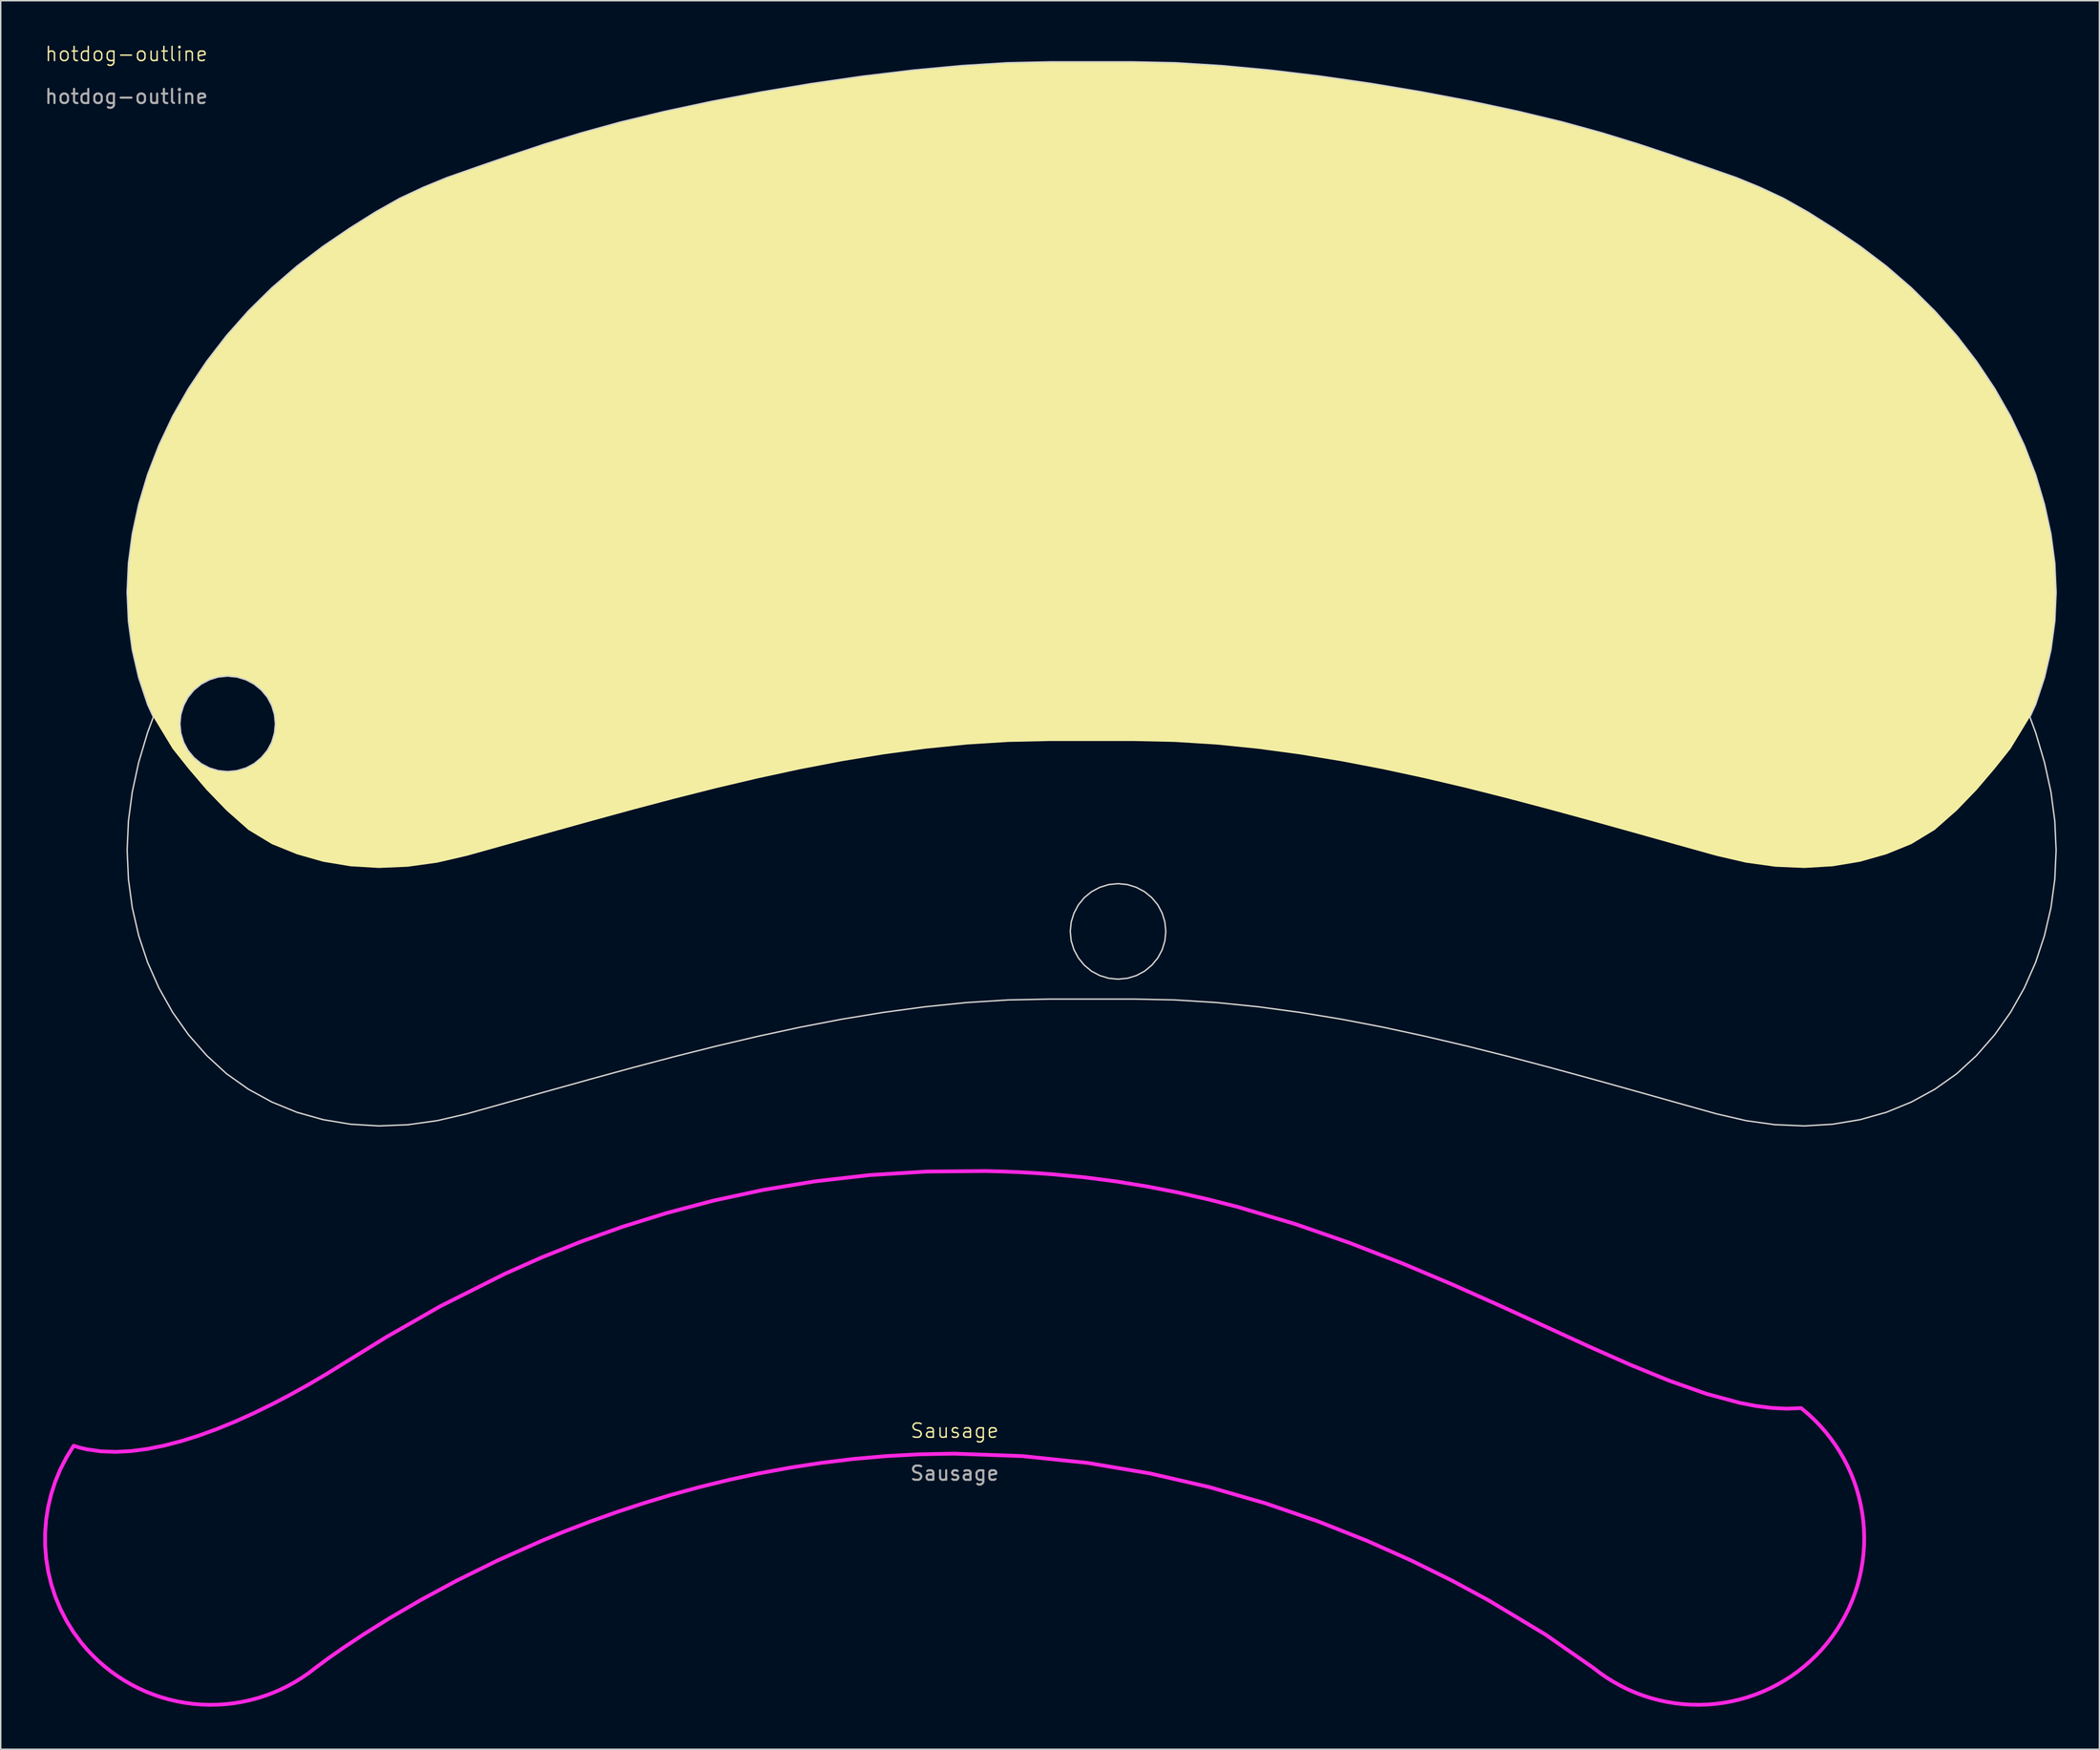
<source format=kicad_pcb>
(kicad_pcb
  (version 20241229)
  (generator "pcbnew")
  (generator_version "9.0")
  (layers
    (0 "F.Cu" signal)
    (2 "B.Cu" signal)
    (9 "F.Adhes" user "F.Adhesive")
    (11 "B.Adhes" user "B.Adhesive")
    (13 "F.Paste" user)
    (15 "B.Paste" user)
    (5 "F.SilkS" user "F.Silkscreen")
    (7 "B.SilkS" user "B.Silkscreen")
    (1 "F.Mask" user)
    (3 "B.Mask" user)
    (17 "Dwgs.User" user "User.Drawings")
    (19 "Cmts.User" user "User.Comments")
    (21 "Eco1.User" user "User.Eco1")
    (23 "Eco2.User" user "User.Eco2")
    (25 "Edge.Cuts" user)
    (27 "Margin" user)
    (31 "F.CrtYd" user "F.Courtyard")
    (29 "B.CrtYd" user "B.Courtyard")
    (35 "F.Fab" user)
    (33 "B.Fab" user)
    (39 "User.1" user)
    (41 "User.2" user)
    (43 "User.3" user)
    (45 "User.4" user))
  (footprint "Sausage"
    (layer "F.Cu")
    (at 64.253 98.328)
    (property "Reference" "Sausage" (at 0 -0.5 0) (unlocked yes) (layer "F.SilkS") (effects (font (size 1 1) (thickness 0.1))))
    (fp_poly (pts (xy 3.348 -18.781) (xy 4.503 -18.735) (xy 5.671 -18.671) (xy 6.85 -18.588) (xy 9.137 -18.371) (xy 11.384 -18.08) (xy 13.589 -17.72) (xy 15.754 -17.296) (xy 17.877 -16.815) (xy 19.96 -16.282) (xy 24.001 -15.08) (xy 27.879 -13.735) (xy 31.592 -12.292) (xy 35.141 -10.793) (xy 38.525 -9.283) (xy 44.801 -6.407) (xy 47.692 -5.129) (xy 50.419 -4.016) (xy 52.981 -3.112) (xy 55.378 -2.462) (xy 56.515 -2.245) (xy 57.611 -2.108) (xy 58.665 -2.057) (xy 59.679 -2.096) (xy 59.725 -2.06) (xy 59.768 -2.027) (xy 60.212 -1.651) (xy 60.634 -1.254) (xy 61.035 -0.839) (xy 61.414 -0.406) (xy 61.77 0.044) (xy 62.104 0.51) (xy 62.414 0.991) (xy 62.699 1.486) (xy 62.961 1.995) (xy 63.197 2.516) (xy 63.408 3.049) (xy 63.593 3.593) (xy 63.751 4.146) (xy 63.883 4.708) (xy 63.987 5.277) (xy 64.063 5.854) (xy 64.11 6.434) (xy 64.129 7.013) (xy 64.119 7.59) (xy 64.08 8.164) (xy 64.014 8.734) (xy 63.92 9.299) (xy 63.799 9.858) (xy 63.651 10.411) (xy 63.476 10.956) (xy 63.274 11.491) (xy 63.047 12.017) (xy 62.793 12.532) (xy 62.514 13.035) (xy 62.21 13.526) (xy 61.881 14.002) (xy 61.526 14.463) (xy 61.15 14.907) (xy 60.754 15.329) (xy 60.339 15.73) (xy 59.906 16.109) (xy 59.456 16.465) (xy 58.99 16.799) (xy 58.509 17.108) (xy 58.013 17.394) (xy 57.504 17.656) (xy 56.983 17.892) (xy 56.45 18.103) (xy 55.907 18.288) (xy 55.354 18.446) (xy 54.792 18.578) (xy 54.222 18.682) (xy 53.645 18.758) (xy 53.066 18.805) (xy 52.487 18.823) (xy 51.91 18.813) (xy 51.336 18.775) (xy 50.766 18.709) (xy 50.2 18.615) (xy 49.641 18.494) (xy 49.088 18.346) (xy 48.544 18.171) (xy 48.008 17.969) (xy 47.482 17.742) (xy 46.967 17.488) (xy 46.464 17.209) (xy 45.974 16.905) (xy 45.498 16.575) (xy 45.036 16.221) (xy 41.645 13.861) (xy 37.622 11.442) (xy 35.091 10.077) (xy 32.239 8.669) (xy 29.082 7.26) (xy 25.64 5.895) (xy 21.929 4.619) (xy 17.968 3.476) (xy 13.776 2.51) (xy 9.369 1.765) (xy 4.766 1.286) (xy -0.015 1.116) (xy -2.427 1.159) (xy -4.797 1.286) (xy -7.122 1.489) (xy -9.4 1.765) (xy -11.629 2.107) (xy -13.807 2.51) (xy -15.931 2.968) (xy -17.999 3.476) (xy -20.01 4.028) (xy -21.96 4.619) (xy -23.848 5.244) (xy -25.671 5.895) (xy -27.427 6.569) (xy -29.113 7.26) (xy -32.27 8.669) (xy -35.122 10.077) (xy -37.653 11.442) (xy -39.843 12.718) (xy -41.676 13.861) (xy -43.133 14.827) (xy -44.195 15.572) (xy -45.067 16.221) (xy -45.528 16.575) (xy -46.005 16.905) (xy -46.495 17.209) (xy -46.998 17.488) (xy -47.513 17.742) (xy -48.039 17.969) (xy -48.575 18.171) (xy -49.119 18.346) (xy -49.672 18.494) (xy -50.231 18.615) (xy -50.797 18.709) (xy -51.367 18.775) (xy -51.941 18.813) (xy -52.518 18.824) (xy -53.097 18.805) (xy -53.676 18.758) (xy -54.253 18.682) (xy -54.823 18.578) (xy -55.385 18.446) (xy -55.938 18.288) (xy -56.481 18.103) (xy -57.014 17.892) (xy -57.535 17.656) (xy -58.044 17.394) (xy -58.539 17.108) (xy -59.021 16.799) (xy -59.487 16.465) (xy -59.937 16.109) (xy -60.37 15.73) (xy -60.785 15.329) (xy -61.181 14.907) (xy -61.557 14.463) (xy -62.125 13.693) (xy -62.622 12.888) (xy -63.048 12.055) (xy -63.404 11.196) (xy -63.69 10.318) (xy -63.904 9.423) (xy -64.047 8.516) (xy -64.12 7.602) (xy -64.12 6.686) (xy -64.05 5.771) (xy -63.907 4.862) (xy -63.692 3.963) (xy -63.406 3.079) (xy -63.047 2.214) (xy -62.615 1.373) (xy -62.111 0.559) (xy -61.652 0.699) (xy -61.177 0.81) (xy -60.183 0.952) (xy -59.133 0.99) (xy -58.035 0.931) (xy -56.893 0.78) (xy -55.712 0.542) (xy -54.499 0.225) (xy -53.259 -0.167) (xy -51.997 -0.627) (xy -50.719 -1.15) (xy -49.43 -1.73) (xy -48.136 -2.362) (xy -46.842 -3.038) (xy -45.555 -3.754) (xy -44.278 -4.504) (xy -43.019 -5.282) (xy -40.043 -7.12) (xy -36.265 -9.276) (xy -31.702 -11.569) (xy -29.133 -12.712) (xy -26.374 -13.821) (xy -23.429 -14.876) (xy -20.3 -15.852) (xy -16.99 -16.727) (xy -13.5 -17.48) (xy -9.833 -18.087) (xy -5.992 -18.526) (xy -1.979 -18.775) (xy 2.204 -18.811) (xy 2.204 -18.811)) (stroke (width 0.265) (type solid)) (fill no) (layer "F.CrtYd"))
    (fp_text user "${REFERENCE}" (at 0 2.5 0) (unlocked yes) (layer "F.Fab") (effects (font (size 1 1) (thickness 0.15)))))
  (footprint "hotdog-outline"
    (layer "F.Cu")
    (at 5.863 1.26)
    (property "Reference" "hotdog-outline" (at 0 -0.5 0) (unlocked yes) (layer "F.SilkS") (effects (font (size 1 1) (thickness 0.1))))
    (attr smd allow_missing_courtyard)
    (fp_poly (pts (xy 73.99 0.115) (xy 77.227 0.316) (xy 80.649 0.636) (xy 81.072 0.685) (xy 84.184 1.059) (xy 87.785 1.579) (xy 91.358 2.176) (xy 94.845 2.837) (xy 98.163 3.548) (xy 98.836 3.71) (xy 101.249 4.291) (xy 104.041 5.06) (xy 106.584 5.841) (xy 108.965 6.633) (xy 109.664 6.877) (xy 110.038 7.007) (xy 111.248 7.425) (xy 113.514 8.216) (xy 115.152 8.889) (xy 116.822 9.67) (xy 118.546 10.64) (xy 120.341 11.773) (xy 120.346 11.773) (xy 122.223 13.048) (xy 124.077 14.452) (xy 125.839 15.976) (xy 127.493 17.613) (xy 129.039 19.349) (xy 130.448 21.176) (xy 131.717 23.079) (xy 132.84 25.048) (xy 133.805 27.081) (xy 134.607 29.152) (xy 135.231 31.262) (xy 135.687 33.344) (xy 135.687 33.349) (xy 135.958 35.399) (xy 136.05 37.454) (xy 135.958 39.493) (xy 135.687 41.505) (xy 135.231 43.462) (xy 134.607 45.354) (xy 134.201 46.244) (xy 132.84 48.483) (xy 131.717 49.893) (xy 130.448 51.384) (xy 129.039 52.843) (xy 127.493 54.204) (xy 125.839 55.207) (xy 124.077 55.923) (xy 122.223 56.449) (xy 120.292 56.769) (xy 118.302 56.888) (xy 116.263 56.801) (xy 114.192 56.514) (xy 112.104 56.031) (xy 109.165 55.212) (xy 106.232 54.388) (xy 103.293 53.569) (xy 100.354 52.767) (xy 97.42 51.991) (xy 94.482 51.249) (xy 91.548 50.56) (xy 88.609 49.926) (xy 85.67 49.362) (xy 82.737 48.879) (xy 79.798 48.483) (xy 76.859 48.185) (xy 73.925 48.001) (xy 70.986 47.936) (xy 65.114 47.936) (xy 62.175 48.001) (xy 59.236 48.185) (xy 56.302 48.483) (xy 53.363 48.879) (xy 50.424 49.362) (xy 47.491 49.926) (xy 44.552 50.56) (xy 41.618 51.249) (xy 38.679 51.991) (xy 35.74 52.767) (xy 32.807 53.569) (xy 29.868 54.388) (xy 26.929 55.212) (xy 23.995 56.031) (xy 21.908 56.514) (xy 19.836 56.801) (xy 17.798 56.888) (xy 15.802 56.769) (xy 13.872 56.449) (xy 12.023 55.923) (xy 10.26 55.207) (xy 8.601 54.204) (xy 7.061 52.843) (xy 5.651 51.384) (xy 4.377 49.893) (xy 3.255 48.483) (xy 2.191 46.726) (xy 3.77 46.726) (xy 3.835 47.382) (xy 4.03 48.017) (xy 4.101 48.152) (xy 4.339 48.597) (xy 4.757 49.107) (xy 5.12 49.405) (xy 5.266 49.53) (xy 5.852 49.839) (xy 6.248 49.958) (xy 6.481 50.029) (xy 7.137 50.094) (xy 7.479 50.061) (xy 7.793 50.029) (xy 8.428 49.839) (xy 8.807 49.638) (xy 9.008 49.53) (xy 9.518 49.107) (xy 9.941 48.597) (xy 10.217 48.082) (xy 10.25 48.017) (xy 10.439 47.382) (xy 10.504 46.726) (xy 10.439 46.07) (xy 10.25 45.441) (xy 10.217 45.376) (xy 9.941 44.856) (xy 9.518 44.346) (xy 9.008 43.928) (xy 8.807 43.82) (xy 8.428 43.619) (xy 7.793 43.424) (xy 7.479 43.397) (xy 7.137 43.359) (xy 6.481 43.424) (xy 6.248 43.495) (xy 5.852 43.619) (xy 5.266 43.928) (xy 5.12 44.053) (xy 4.757 44.346) (xy 4.339 44.856) (xy 4.101 45.3) (xy 4.03 45.441) (xy 3.835 46.07) (xy 3.77 46.726) (xy 2.191 46.726) (xy 1.899 46.244) (xy 1.492 45.36) (xy 1.492 45.354) (xy 0.863 43.462) (xy 0.413 41.505) (xy 0.142 39.493) (xy 0.05 37.454) (xy 0.142 35.399) (xy 0.413 33.349) (xy 0.413 33.344) (xy 0.863 31.262) (xy 1.492 29.152) (xy 2.295 27.081) (xy 3.255 25.048) (xy 4.377 23.079) (xy 5.651 21.176) (xy 7.061 19.349) (xy 8.601 17.613) (xy 10.26 15.976) (xy 12.023 14.452) (xy 13.872 13.048) (xy 15.753 11.773) (xy 17.554 10.64) (xy 19.278 9.67) (xy 20.948 8.889) (xy 22.586 8.216) (xy 24.847 7.425) (xy 27.135 6.633) (xy 29.51 5.841) (xy 32.059 5.06) (xy 34.851 4.291) (xy 36.727 3.84) (xy 37.096 3.748) (xy 37.931 3.548) (xy 41.255 2.837) (xy 44.742 2.176) (xy 48.315 1.579) (xy 51.916 1.059) (xy 54.247 0.782) (xy 55.446 0.636) (xy 58.867 0.316) (xy 62.11 0.115) (xy 65.114 0.05) (xy 70.986 0.05)) (stroke (width -0.000001) (type solid)) (fill yes) (layer "F.SilkS"))
    (fp_poly (pts (xy 70.569 58.059) (xy 70.802 58.129) (xy 71.203 58.254) (xy 71.783 58.563) (xy 72.293 58.981) (xy 72.716 59.491) (xy 73.025 60.076) (xy 73.15 60.483) (xy 73.215 60.705) (xy 73.28 61.361) (xy 73.215 62.023) (xy 73.15 62.24) (xy 73.025 62.652) (xy 72.716 63.232) (xy 72.293 63.742) (xy 71.783 64.165) (xy 71.203 64.474) (xy 70.802 64.599) (xy 70.569 64.664) (xy 69.913 64.729) (xy 69.256 64.664) (xy 68.627 64.474) (xy 68.448 64.381) (xy 68.042 64.165) (xy 67.532 63.742) (xy 67.115 63.232) (xy 66.805 62.652) (xy 66.61 62.023) (xy 66.545 61.361) (xy 66.61 60.705) (xy 66.805 60.076) (xy 67.115 59.49) (xy 67.532 58.981) (xy 68.042 58.563) (xy 68.448 58.346) (xy 68.627 58.254) (xy 69.256 58.059) (xy 69.913 57.994)) (stroke (width 0.1) (type solid) (color 25 25 25 1)) (fill no) (layer "Edge.Cuts"))
    (fp_poly (pts (xy 7.479 43.397) (xy 7.793 43.424) (xy 8.428 43.619) (xy 8.807 43.82) (xy 9.008 43.928) (xy 9.518 44.346) (xy 9.941 44.855) (xy 10.217 45.376) (xy 10.25 45.441) (xy 10.439 46.07) (xy 10.504 46.726) (xy 10.439 47.382) (xy 10.25 48.017) (xy 10.217 48.082) (xy 9.941 48.597) (xy 9.518 49.107) (xy 9.008 49.53) (xy 8.807 49.638) (xy 8.428 49.839) (xy 7.793 50.028) (xy 7.479 50.061) (xy 7.137 50.093) (xy 6.481 50.028) (xy 6.248 49.958) (xy 5.852 49.839) (xy 5.266 49.53) (xy 5.12 49.405) (xy 4.757 49.107) (xy 4.339 48.597) (xy 4.101 48.152) (xy 4.03 48.017) (xy 3.835 47.382) (xy 3.77 46.726) (xy 3.835 46.07) (xy 4.03 45.441) (xy 4.101 45.3) (xy 4.339 44.855) (xy 4.757 44.346) (xy 5.12 44.053) (xy 5.266 43.928) (xy 5.852 43.619) (xy 6.248 43.494) (xy 6.481 43.424) (xy 7.137 43.359)) (stroke (width 0.1) (type solid) (color 25 25 25 1)) (fill no) (layer "Edge.Cuts"))
    (fp_poly (pts (xy 68.047 0.05) (xy 70.986 0.05) (xy 73.99 0.115) (xy 77.227 0.316) (xy 80.649 0.636) (xy 81.072 0.684) (xy 84.184 1.059) (xy 87.785 1.579) (xy 91.358 2.176) (xy 94.845 2.837) (xy 98.163 3.547) (xy 98.836 3.71) (xy 101.249 4.29) (xy 104.041 5.06) (xy 106.584 5.841) (xy 108.965 6.633) (xy 109.664 6.877) (xy 110.038 7.007) (xy 111.248 7.424) (xy 113.514 8.216) (xy 115.152 8.889) (xy 116.822 9.669) (xy 118.547 10.64) (xy 120.341 11.773) (xy 120.346 11.773) (xy 122.223 13.048) (xy 124.077 14.452) (xy 125.839 15.976) (xy 127.493 17.613) (xy 129.039 19.348) (xy 130.448 21.176) (xy 131.717 23.079) (xy 132.84 25.047) (xy 133.805 27.081) (xy 134.607 29.152) (xy 135.231 31.261) (xy 135.686 33.344) (xy 135.686 33.349) (xy 135.958 35.399) (xy 136.05 37.454) (xy 135.958 39.493) (xy 135.686 41.505) (xy 135.231 43.462) (xy 134.607 45.355) (xy 134.201 46.244) (xy 134.607 47.339) (xy 135.231 49.449) (xy 135.686 51.531) (xy 135.958 53.58) (xy 136.05 55.636) (xy 135.958 57.674) (xy 135.958 57.68) (xy 135.686 59.686) (xy 135.231 61.644) (xy 135.231 61.649) (xy 134.607 63.541) (xy 133.805 65.352) (xy 132.84 67.061) (xy 131.717 68.649) (xy 130.448 70.097) (xy 130.448 70.103) (xy 129.039 71.398) (xy 127.499 72.488) (xy 125.839 73.394) (xy 124.077 74.115) (xy 122.223 74.636) (xy 120.292 74.956) (xy 118.302 75.075) (xy 116.263 74.988) (xy 116.263 74.993) (xy 114.192 74.705) (xy 112.104 74.223) (xy 109.165 73.398) (xy 106.232 72.574) (xy 103.293 71.755) (xy 100.354 70.953) (xy 97.42 70.178) (xy 94.482 69.44) (xy 91.548 68.751) (xy 88.609 68.117) (xy 85.67 67.553) (xy 82.737 67.071) (xy 79.798 66.675) (xy 76.859 66.377) (xy 73.925 66.192) (xy 70.986 66.132) (xy 65.114 66.132) (xy 62.175 66.192) (xy 59.236 66.377) (xy 56.302 66.675) (xy 53.363 67.071) (xy 50.424 67.553) (xy 47.491 68.117) (xy 44.552 68.751) (xy 41.618 69.44) (xy 38.679 70.178) (xy 35.74 70.953) (xy 32.807 71.755) (xy 29.868 72.574) (xy 26.929 73.398) (xy 23.995 74.223) (xy 21.908 74.705) (xy 19.836 74.993) (xy 17.798 75.075) (xy 15.802 74.955) (xy 13.872 74.635) (xy 12.023 74.115) (xy 10.26 73.394) (xy 8.601 72.488) (xy 7.061 71.398) (xy 5.651 70.102) (xy 5.651 70.097) (xy 4.377 68.649) (xy 3.255 67.06) (xy 2.295 65.352) (xy 1.492 63.541) (xy 0.863 61.649) (xy 0.863 61.643) (xy 0.413 59.686) (xy 0.142 57.679) (xy 0.142 57.674) (xy 0.05 55.635) (xy 0.142 53.58) (xy 0.413 51.53) (xy 0.863 49.448) (xy 1.492 47.339) (xy 1.899 46.244) (xy 1.492 45.36) (xy 1.492 45.354) (xy 0.863 43.462) (xy 0.413 41.504) (xy 0.142 39.493) (xy 0.05 37.454) (xy 0.142 35.399) (xy 0.413 33.349) (xy 0.413 33.344) (xy 0.863 31.261) (xy 1.492 29.152) (xy 2.295 27.081) (xy 3.255 25.047) (xy 4.377 23.079) (xy 5.651 21.176) (xy 7.061 19.348) (xy 8.601 17.613) (xy 10.26 15.976) (xy 12.023 14.452) (xy 13.872 13.048) (xy 15.753 11.773) (xy 17.554 10.64) (xy 19.278 9.669) (xy 20.948 8.889) (xy 22.586 8.216) (xy 24.847 7.424) (xy 27.135 6.633) (xy 29.51 5.841) (xy 32.059 5.06) (xy 34.851 4.29) (xy 36.727 3.84) (xy 37.096 3.748) (xy 37.931 3.547) (xy 41.255 2.837) (xy 44.742 2.176) (xy 48.315 1.579) (xy 51.916 1.059) (xy 54.247 0.782) (xy 55.446 0.636) (xy 58.867 0.316) (xy 62.11 0.115) (xy 65.114 0.05)) (stroke (width 0.1) (type solid) (color 25 25 25 1)) (fill no) (layer "Edge.Cuts"))
    (fp_text user "${REFERENCE}" (at 0 2.5 0) (unlocked yes) (layer "F.Fab") (effects (font (size 1 1) (thickness 0.15)))))
  (gr_rect
    (start -3 -3)
    (end 144.963 120.284)
    (stroke (width 0.1) (type default))
    (fill no)
    (layer "Edge.Cuts")))
</source>
